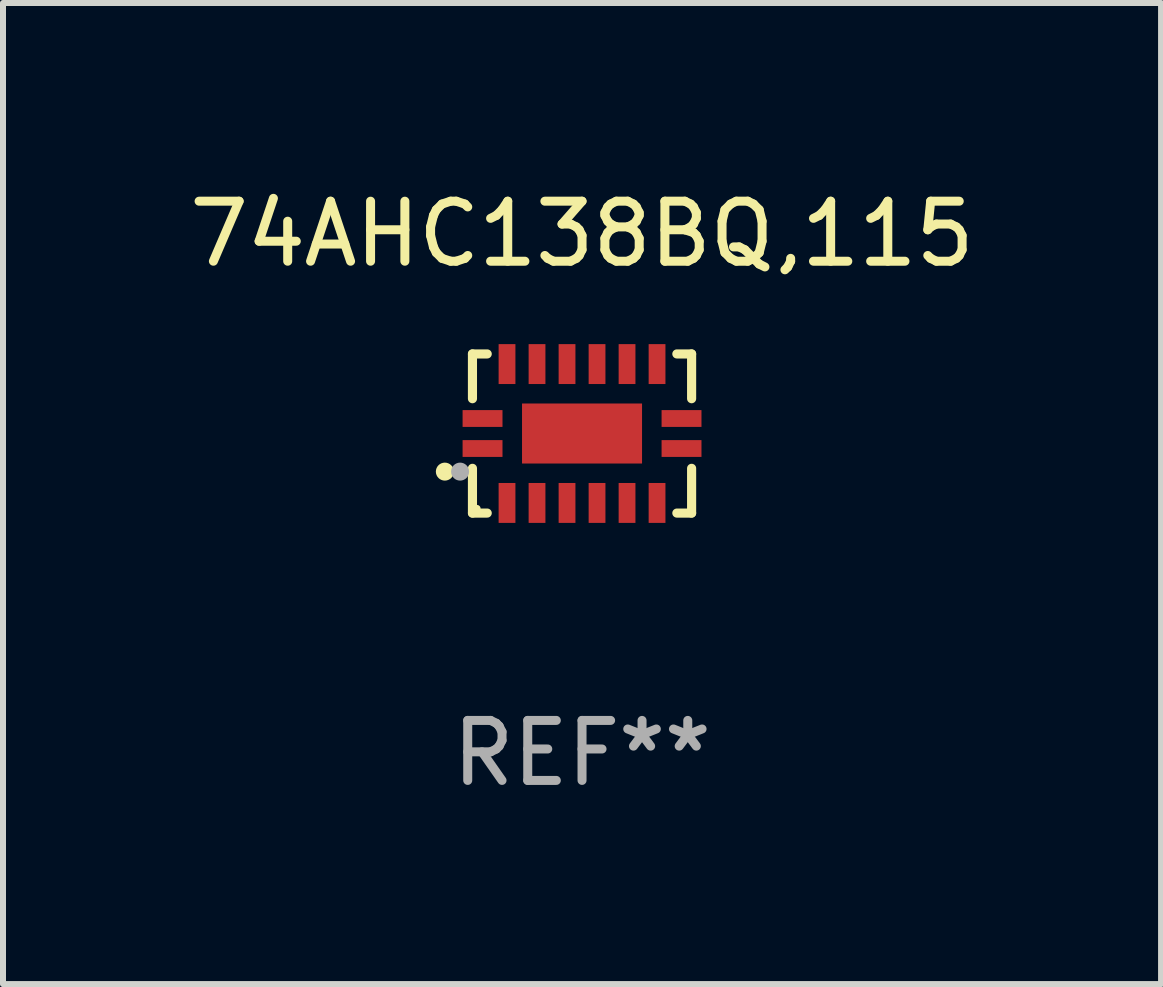
<source format=kicad_pcb>
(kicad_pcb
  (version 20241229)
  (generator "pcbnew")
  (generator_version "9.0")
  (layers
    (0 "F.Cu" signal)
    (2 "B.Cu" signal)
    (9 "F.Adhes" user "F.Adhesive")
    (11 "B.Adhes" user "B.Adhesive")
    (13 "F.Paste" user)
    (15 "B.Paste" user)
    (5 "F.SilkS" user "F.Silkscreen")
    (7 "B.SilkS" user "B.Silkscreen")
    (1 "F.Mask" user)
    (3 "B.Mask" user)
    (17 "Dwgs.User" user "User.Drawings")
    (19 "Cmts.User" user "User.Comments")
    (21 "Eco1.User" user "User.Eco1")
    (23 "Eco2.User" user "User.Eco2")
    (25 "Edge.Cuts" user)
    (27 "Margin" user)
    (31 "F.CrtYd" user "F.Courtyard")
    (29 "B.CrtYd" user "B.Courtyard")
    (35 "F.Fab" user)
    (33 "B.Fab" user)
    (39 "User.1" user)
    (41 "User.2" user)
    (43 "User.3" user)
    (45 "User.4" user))
  (footprint "74AHC138BQ,115"
    (layer "F.Cu")
    (at 6.649 4.174)
    (property "Reference" "74AHC138BQ,115" (at 0 -3.326 0) (layer "F.SilkS") (effects (font (size 1 1) (thickness 0.15))))
    (attr through_hole)
    (fp_line (start -1.826 -1.326) (end -1.58 -1.326) (stroke (width 0.152) (type solid)) (layer "F.SilkS"))
    (fp_line (start -1.826 -0.58) (end -1.826 -1.326) (stroke (width 0.152) (type solid)) (layer "F.SilkS"))
    (fp_line (start -1.826 0.58) (end -1.826 1.326) (stroke (width 0.152) (type solid)) (layer "F.SilkS"))
    (fp_line (start -1.826 1.326) (end -1.58 1.326) (stroke (width 0.152) (type solid)) (layer "F.SilkS"))
    (fp_line (start 1.826 -1.326) (end 1.58 -1.326) (stroke (width 0.152) (type solid)) (layer "F.SilkS"))
    (fp_line (start 1.826 -0.58) (end 1.826 -1.326) (stroke (width 0.152) (type solid)) (layer "F.SilkS"))
    (fp_line (start 1.826 0.58) (end 1.826 1.326) (stroke (width 0.152) (type solid)) (layer "F.SilkS"))
    (fp_line (start 1.826 1.326) (end 1.58 1.326) (stroke (width 0.152) (type solid)) (layer "F.SilkS"))
    (fp_circle (center -2.286 0.635) (end -2.211 0.635) (stroke (width 0.15) (type solid)) (fill no) (layer "F.SilkS"))
    (fp_circle (center -1.75 1.25) (end -1.72 1.25) (stroke (width 0.06) (type solid)) (fill no) (layer "F.SilkS"))
    (fp_circle (center -2.032 0.635) (end -1.957 0.635) (stroke (width 0.15) (type solid)) (fill no) (layer "F.Fab"))
    (fp_text user "REF**" (at 0 5.326 0) (layer "F.Fab") (effects (font (size 1 1) (thickness 0.15))))
    (pad "1" smd rect (at -1.658 0.25) (size 0.665 0.28) (layers "F.Cu" "F.Mask" "F.Paste"))
    (pad "2" smd rect (at -1.25 1.157) (size 0.28 0.665) (layers "F.Cu" "F.Mask" "F.Paste"))
    (pad "3" smd rect (at -0.75 1.157) (size 0.28 0.665) (layers "F.Cu" "F.Mask" "F.Paste"))
    (pad "4" smd rect (at -0.25 1.157) (size 0.28 0.665) (layers "F.Cu" "F.Mask" "F.Paste"))
    (pad "5" smd rect (at 0.25 1.157) (size 0.28 0.665) (layers "F.Cu" "F.Mask" "F.Paste"))
    (pad "6" smd rect (at 0.75 1.157) (size 0.28 0.665) (layers "F.Cu" "F.Mask" "F.Paste"))
    (pad "7" smd rect (at 1.25 1.157) (size 0.28 0.665) (layers "F.Cu" "F.Mask" "F.Paste"))
    (pad "8" smd rect (at 1.658 0.25) (size 0.665 0.28) (layers "F.Cu" "F.Mask" "F.Paste"))
    (pad "9" smd rect (at 1.658 -0.25) (size 0.665 0.28) (layers "F.Cu" "F.Mask" "F.Paste"))
    (pad "10" smd rect (at 1.25 -1.157) (size 0.28 0.665) (layers "F.Cu" "F.Mask" "F.Paste"))
    (pad "11" smd rect (at 0.75 -1.157) (size 0.28 0.665) (layers "F.Cu" "F.Mask" "F.Paste"))
    (pad "12" smd rect (at 0.25 -1.157) (size 0.28 0.665) (layers "F.Cu" "F.Mask" "F.Paste"))
    (pad "13" smd rect (at -0.25 -1.157) (size 0.28 0.665) (layers "F.Cu" "F.Mask" "F.Paste"))
    (pad "14" smd rect (at -0.75 -1.157) (size 0.28 0.665) (layers "F.Cu" "F.Mask" "F.Paste"))
    (pad "15" smd rect (at -1.25 -1.157) (size 0.28 0.665) (layers "F.Cu" "F.Mask" "F.Paste"))
    (pad "16" smd rect (at -1.658 -0.25) (size 0.665 0.28) (layers "F.Cu" "F.Mask" "F.Paste"))
    (pad "17" smd rect (at 0 0) (size 2 1) (layers "F.Cu" "F.Mask" "F.Paste")))
  (gr_rect
    (start -3 -3)
    (end 16.298 13.349)
    (stroke (width 0.1) (type default))
    (fill no)
    (layer "Edge.Cuts")))
</source>
